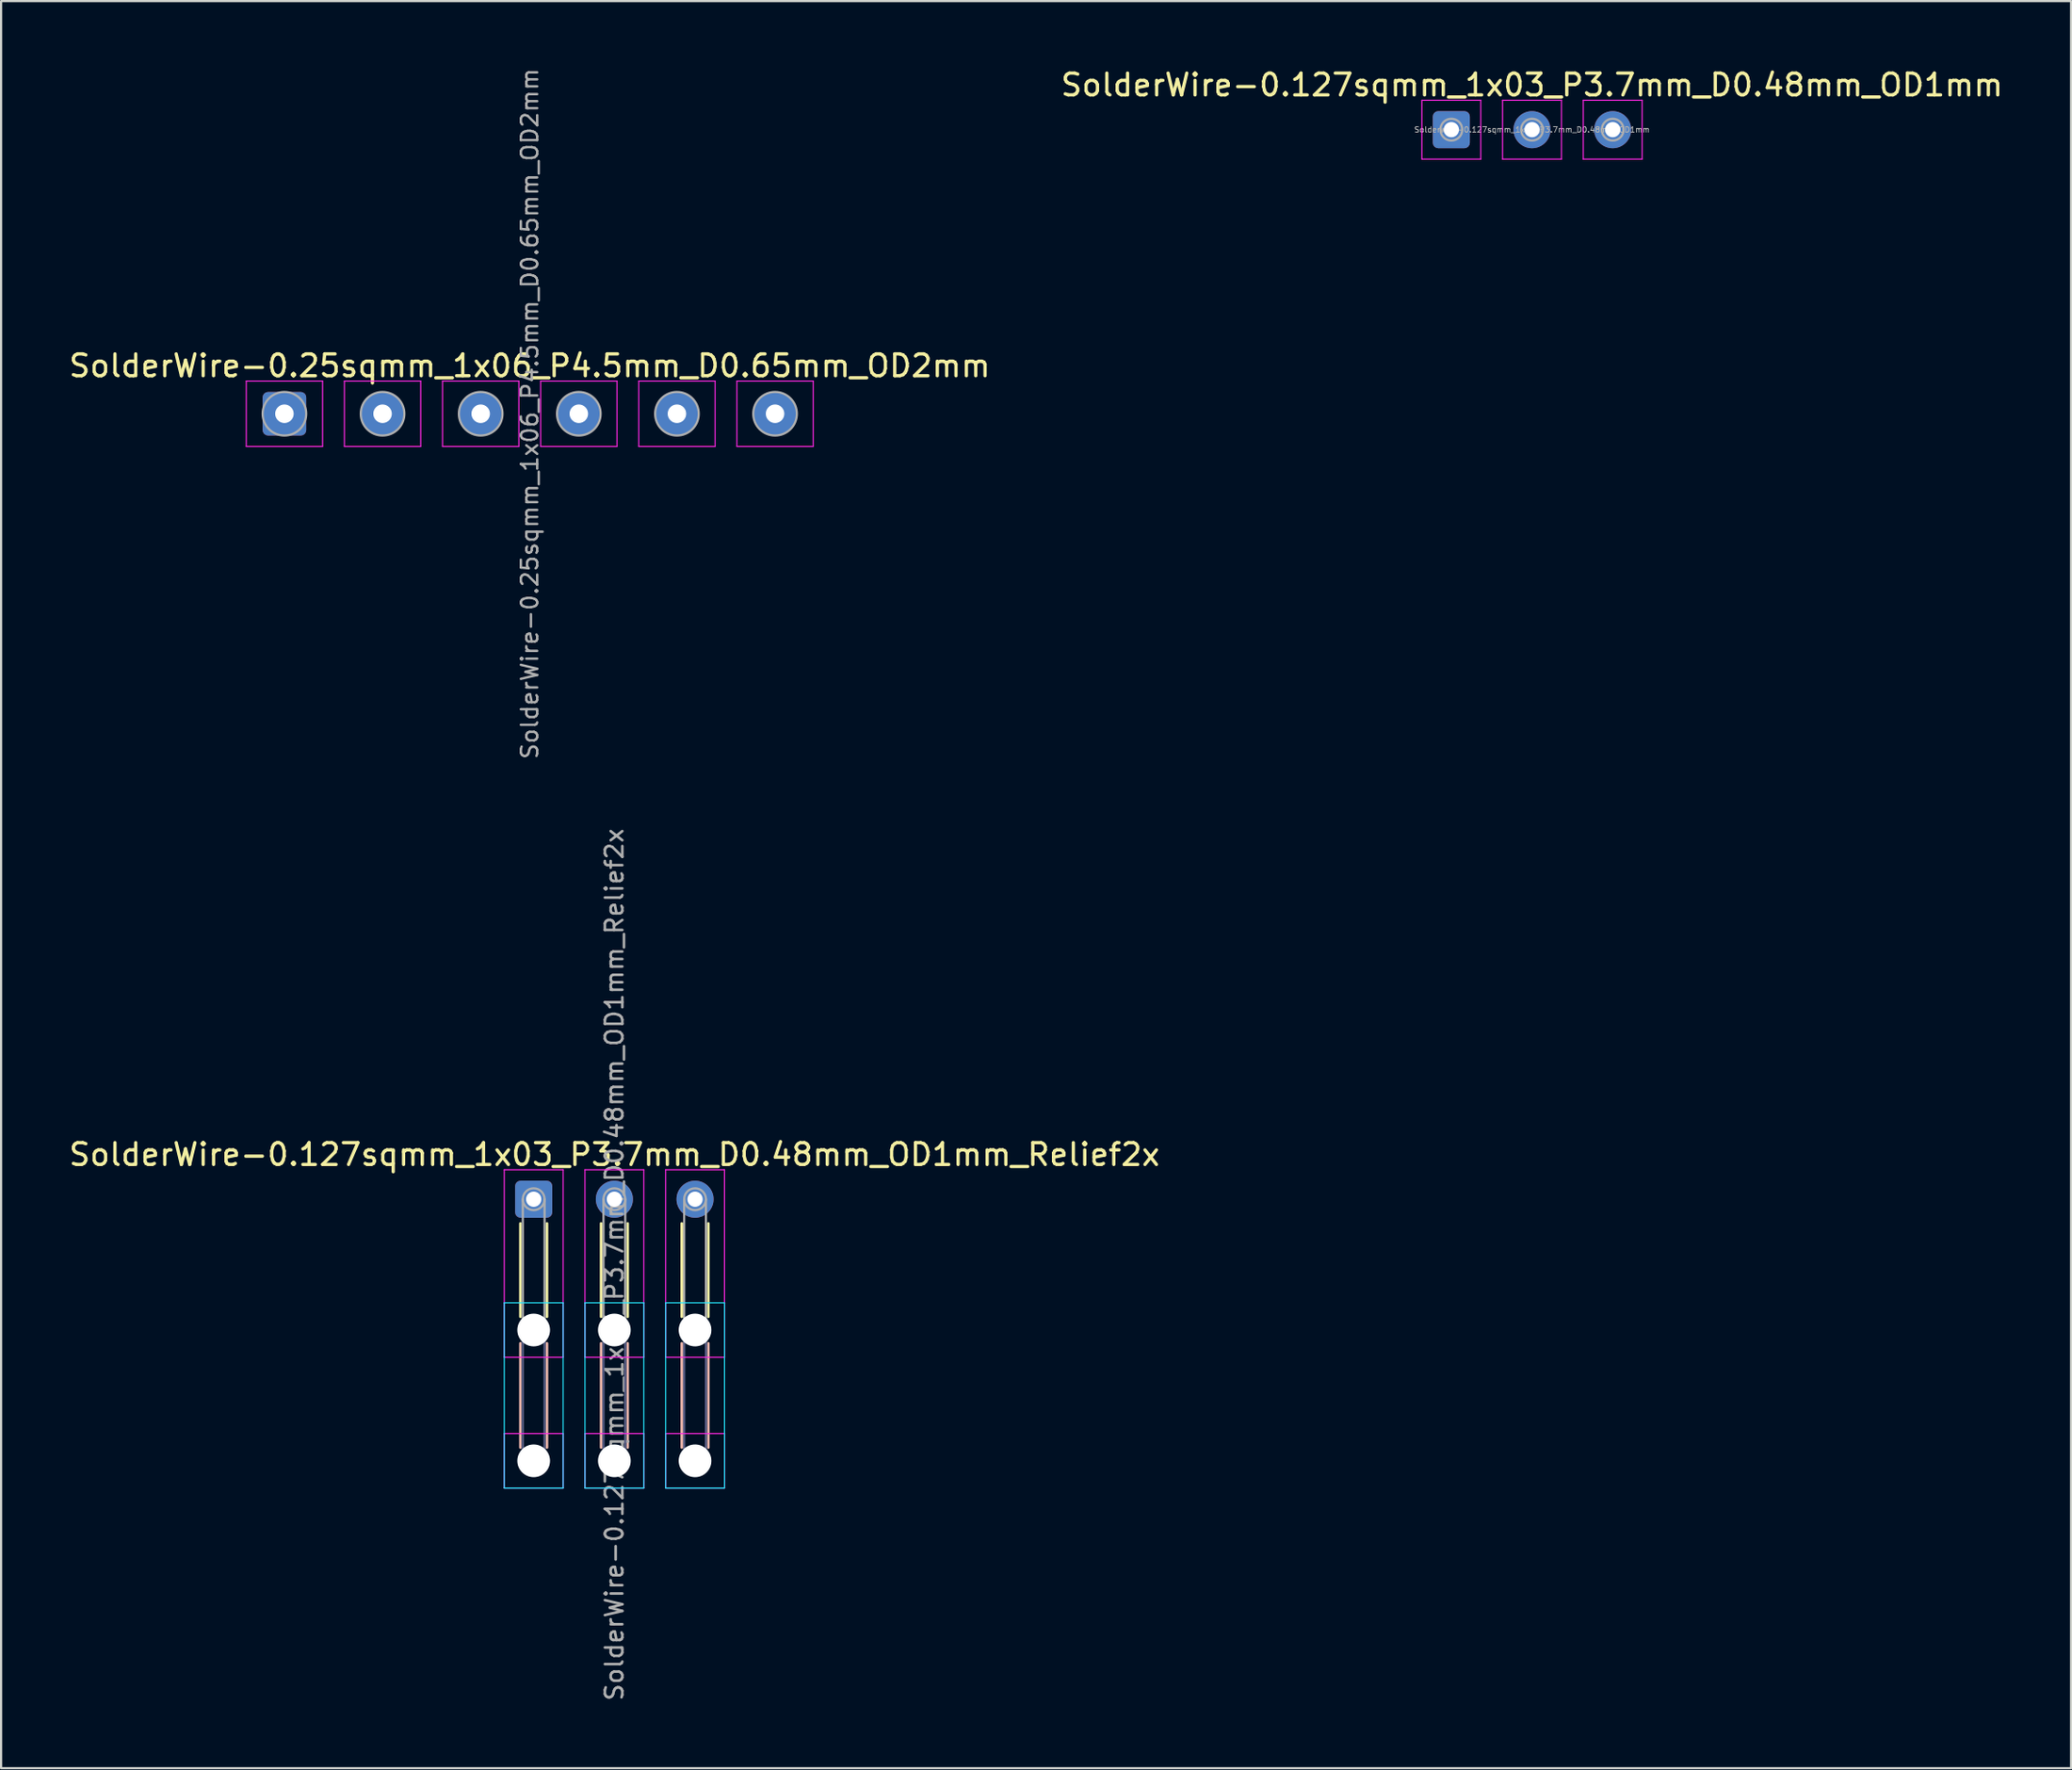
<source format=kicad_pcb>
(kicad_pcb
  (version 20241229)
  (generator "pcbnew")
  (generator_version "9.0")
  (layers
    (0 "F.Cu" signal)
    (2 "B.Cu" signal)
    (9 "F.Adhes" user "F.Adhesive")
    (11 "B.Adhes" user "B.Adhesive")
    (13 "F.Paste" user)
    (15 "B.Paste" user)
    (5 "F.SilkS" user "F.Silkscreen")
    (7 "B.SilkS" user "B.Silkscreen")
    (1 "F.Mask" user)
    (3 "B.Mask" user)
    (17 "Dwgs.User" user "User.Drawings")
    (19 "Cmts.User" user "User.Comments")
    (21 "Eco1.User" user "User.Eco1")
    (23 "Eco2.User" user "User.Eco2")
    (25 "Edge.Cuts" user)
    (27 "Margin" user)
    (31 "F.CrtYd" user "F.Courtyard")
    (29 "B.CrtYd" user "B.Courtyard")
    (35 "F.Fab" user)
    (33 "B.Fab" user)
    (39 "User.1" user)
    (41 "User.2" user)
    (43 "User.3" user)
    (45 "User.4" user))
  (footprint "SolderWire-0.127sqmm_1x03_P3.7mm_D0.48mm_OD1mm"
    (layer "F.Cu")
    (at 63.508 2.898)
    (property "Reference" "SolderWire-0.127sqmm_1x03_P3.7mm_D0.48mm_OD1mm" (at 3.7 -2.05 0) (layer "F.SilkS") (effects (font (size 1 1) (thickness 0.15))))
    (attr exclude_from_pos_files exclude_from_bom)
    (fp_line (start -1.35 -1.35) (end -1.35 1.35) (stroke (width 0.05) (type solid)) (layer "F.CrtYd"))
    (fp_line (start -1.35 1.35) (end 1.35 1.35) (stroke (width 0.05) (type solid)) (layer "F.CrtYd"))
    (fp_line (start 1.35 -1.35) (end -1.35 -1.35) (stroke (width 0.05) (type solid)) (layer "F.CrtYd"))
    (fp_line (start 1.35 1.35) (end 1.35 -1.35) (stroke (width 0.05) (type solid)) (layer "F.CrtYd"))
    (fp_line (start 2.35 -1.35) (end 2.35 1.35) (stroke (width 0.05) (type solid)) (layer "F.CrtYd"))
    (fp_line (start 2.35 1.35) (end 5.05 1.35) (stroke (width 0.05) (type solid)) (layer "F.CrtYd"))
    (fp_line (start 5.05 -1.35) (end 2.35 -1.35) (stroke (width 0.05) (type solid)) (layer "F.CrtYd"))
    (fp_line (start 5.05 1.35) (end 5.05 -1.35) (stroke (width 0.05) (type solid)) (layer "F.CrtYd"))
    (fp_line (start 6.05 -1.35) (end 6.05 1.35) (stroke (width 0.05) (type solid)) (layer "F.CrtYd"))
    (fp_line (start 6.05 1.35) (end 8.75 1.35) (stroke (width 0.05) (type solid)) (layer "F.CrtYd"))
    (fp_line (start 8.75 -1.35) (end 6.05 -1.35) (stroke (width 0.05) (type solid)) (layer "F.CrtYd"))
    (fp_line (start 8.75 1.35) (end 8.75 -1.35) (stroke (width 0.05) (type solid)) (layer "F.CrtYd"))
    (fp_circle (center 0 0) (end 0.5 0) (stroke (width 0.1) (type solid)) (fill no) (layer "F.Fab"))
    (fp_circle (center 3.7 0) (end 4.2 0) (stroke (width 0.1) (type solid)) (fill no) (layer "F.Fab"))
    (fp_circle (center 7.4 0) (end 7.9 0) (stroke (width 0.1) (type solid)) (fill no) (layer "F.Fab"))
    (fp_text user "${REFERENCE}" (at 3.7 0 0) (layer "F.Fab") (effects (font (size 0.25 0.25) (thickness 0.04))))
    (pad "1" thru_hole roundrect (at 0 0) (size 1.7 1.7) (drill 0.7) (layers "*.Cu" "*.Mask") (roundrect_rratio 0.147))
    (pad "2" thru_hole circle (at 3.7 0) (size 1.7 1.7) (drill 0.7) (layers "*.Cu" "*.Mask"))
    (pad "3" thru_hole circle (at 7.4 0) (size 1.7 1.7) (drill 0.7) (layers "*.Cu" "*.Mask")))
  (footprint "SolderWire-0.127sqmm_1x03_P3.7mm_D0.48mm_OD1mm_Relief2x"
    (layer "F.Cu")
    (at 21.425 51.959)
    (property "Reference" "SolderWire-0.127sqmm_1x03_P3.7mm_D0.48mm_OD1mm_Relief2x" (at 3.7 -2.05 0) (layer "F.SilkS") (effects (font (size 1 1) (thickness 0.15))))
    (attr exclude_from_pos_files exclude_from_bom)
    (fp_line (start -0.61 1.11) (end -0.61 5.39) (stroke (width 0.12) (type solid)) (layer "F.SilkS"))
    (fp_line (start 0.61 1.11) (end 0.61 5.39) (stroke (width 0.12) (type solid)) (layer "F.SilkS"))
    (fp_line (start 3.09 1.11) (end 3.09 5.39) (stroke (width 0.12) (type solid)) (layer "F.SilkS"))
    (fp_line (start 4.31 1.11) (end 4.31 5.39) (stroke (width 0.12) (type solid)) (layer "F.SilkS"))
    (fp_line (start 6.79 1.11) (end 6.79 5.39) (stroke (width 0.12) (type solid)) (layer "F.SilkS"))
    (fp_line (start 8.01 1.11) (end 8.01 5.39) (stroke (width 0.12) (type solid)) (layer "F.SilkS"))
    (fp_line (start -0.61 6.61) (end -0.61 11.39) (stroke (width 0.12) (type solid)) (layer "B.SilkS"))
    (fp_line (start 0.61 6.61) (end 0.61 11.39) (stroke (width 0.12) (type solid)) (layer "B.SilkS"))
    (fp_line (start 3.09 6.61) (end 3.09 11.39) (stroke (width 0.12) (type solid)) (layer "B.SilkS"))
    (fp_line (start 4.31 6.61) (end 4.31 11.39) (stroke (width 0.12) (type solid)) (layer "B.SilkS"))
    (fp_line (start 6.79 6.61) (end 6.79 11.39) (stroke (width 0.12) (type solid)) (layer "B.SilkS"))
    (fp_line (start 8.01 6.61) (end 8.01 11.39) (stroke (width 0.12) (type solid)) (layer "B.SilkS"))
    (fp_line (start -1.35 4.75) (end -1.35 13.25) (stroke (width 0.05) (type solid)) (layer "B.CrtYd"))
    (fp_line (start -1.35 13.25) (end 1.35 13.25) (stroke (width 0.05) (type solid)) (layer "B.CrtYd"))
    (fp_line (start 1.35 4.75) (end -1.35 4.75) (stroke (width 0.05) (type solid)) (layer "B.CrtYd"))
    (fp_line (start 1.35 13.25) (end 1.35 4.75) (stroke (width 0.05) (type solid)) (layer "B.CrtYd"))
    (fp_line (start 2.35 4.75) (end 2.35 13.25) (stroke (width 0.05) (type solid)) (layer "B.CrtYd"))
    (fp_line (start 2.35 13.25) (end 5.05 13.25) (stroke (width 0.05) (type solid)) (layer "B.CrtYd"))
    (fp_line (start 5.05 4.75) (end 2.35 4.75) (stroke (width 0.05) (type solid)) (layer "B.CrtYd"))
    (fp_line (start 5.05 13.25) (end 5.05 4.75) (stroke (width 0.05) (type solid)) (layer "B.CrtYd"))
    (fp_line (start 6.05 4.75) (end 6.05 13.25) (stroke (width 0.05) (type solid)) (layer "B.CrtYd"))
    (fp_line (start 6.05 13.25) (end 8.75 13.25) (stroke (width 0.05) (type solid)) (layer "B.CrtYd"))
    (fp_line (start 8.75 4.75) (end 6.05 4.75) (stroke (width 0.05) (type solid)) (layer "B.CrtYd"))
    (fp_line (start 8.75 13.25) (end 8.75 4.75) (stroke (width 0.05) (type solid)) (layer "B.CrtYd"))
    (fp_line (start -1.35 -1.35) (end -1.35 7.25) (stroke (width 0.05) (type solid)) (layer "F.CrtYd"))
    (fp_line (start -1.35 7.25) (end 1.35 7.25) (stroke (width 0.05) (type solid)) (layer "F.CrtYd"))
    (fp_line (start -1.35 10.75) (end -1.35 13.25) (stroke (width 0.05) (type solid)) (layer "F.CrtYd"))
    (fp_line (start -1.35 13.25) (end 1.35 13.25) (stroke (width 0.05) (type solid)) (layer "F.CrtYd"))
    (fp_line (start 1.35 -1.35) (end -1.35 -1.35) (stroke (width 0.05) (type solid)) (layer "F.CrtYd"))
    (fp_line (start 1.35 7.25) (end 1.35 -1.35) (stroke (width 0.05) (type solid)) (layer "F.CrtYd"))
    (fp_line (start 1.35 10.75) (end -1.35 10.75) (stroke (width 0.05) (type solid)) (layer "F.CrtYd"))
    (fp_line (start 1.35 13.25) (end 1.35 10.75) (stroke (width 0.05) (type solid)) (layer "F.CrtYd"))
    (fp_line (start 2.35 -1.35) (end 2.35 7.25) (stroke (width 0.05) (type solid)) (layer "F.CrtYd"))
    (fp_line (start 2.35 7.25) (end 5.05 7.25) (stroke (width 0.05) (type solid)) (layer "F.CrtYd"))
    (fp_line (start 2.35 10.75) (end 2.35 13.25) (stroke (width 0.05) (type solid)) (layer "F.CrtYd"))
    (fp_line (start 2.35 13.25) (end 5.05 13.25) (stroke (width 0.05) (type solid)) (layer "F.CrtYd"))
    (fp_line (start 5.05 -1.35) (end 2.35 -1.35) (stroke (width 0.05) (type solid)) (layer "F.CrtYd"))
    (fp_line (start 5.05 7.25) (end 5.05 -1.35) (stroke (width 0.05) (type solid)) (layer "F.CrtYd"))
    (fp_line (start 5.05 10.75) (end 2.35 10.75) (stroke (width 0.05) (type solid)) (layer "F.CrtYd"))
    (fp_line (start 5.05 13.25) (end 5.05 10.75) (stroke (width 0.05) (type solid)) (layer "F.CrtYd"))
    (fp_line (start 6.05 -1.35) (end 6.05 7.25) (stroke (width 0.05) (type solid)) (layer "F.CrtYd"))
    (fp_line (start 6.05 7.25) (end 8.75 7.25) (stroke (width 0.05) (type solid)) (layer "F.CrtYd"))
    (fp_line (start 6.05 10.75) (end 6.05 13.25) (stroke (width 0.05) (type solid)) (layer "F.CrtYd"))
    (fp_line (start 6.05 13.25) (end 8.75 13.25) (stroke (width 0.05) (type solid)) (layer "F.CrtYd"))
    (fp_line (start 8.75 -1.35) (end 6.05 -1.35) (stroke (width 0.05) (type solid)) (layer "F.CrtYd"))
    (fp_line (start 8.75 7.25) (end 8.75 -1.35) (stroke (width 0.05) (type solid)) (layer "F.CrtYd"))
    (fp_line (start 8.75 10.75) (end 6.05 10.75) (stroke (width 0.05) (type solid)) (layer "F.CrtYd"))
    (fp_line (start 8.75 13.25) (end 8.75 10.75) (stroke (width 0.05) (type solid)) (layer "F.CrtYd"))
    (fp_line (start -0.5 6) (end -0.5 12) (stroke (width 0.1) (type solid)) (layer "B.Fab"))
    (fp_line (start 0.5 6) (end 0.5 12) (stroke (width 0.1) (type solid)) (layer "B.Fab"))
    (fp_line (start 3.2 6) (end 3.2 12) (stroke (width 0.1) (type solid)) (layer "B.Fab"))
    (fp_line (start 4.2 6) (end 4.2 12) (stroke (width 0.1) (type solid)) (layer "B.Fab"))
    (fp_line (start 6.9 6) (end 6.9 12) (stroke (width 0.1) (type solid)) (layer "B.Fab"))
    (fp_line (start 7.9 6) (end 7.9 12) (stroke (width 0.1) (type solid)) (layer "B.Fab"))
    (fp_circle (center 0 6) (end 0.5 6) (stroke (width 0.1) (type solid)) (fill no) (layer "B.Fab"))
    (fp_circle (center 0 12) (end 0.5 12) (stroke (width 0.1) (type solid)) (fill no) (layer "B.Fab"))
    (fp_circle (center 3.7 6) (end 4.2 6) (stroke (width 0.1) (type solid)) (fill no) (layer "B.Fab"))
    (fp_circle (center 3.7 12) (end 4.2 12) (stroke (width 0.1) (type solid)) (fill no) (layer "B.Fab"))
    (fp_circle (center 7.4 6) (end 7.9 6) (stroke (width 0.1) (type solid)) (fill no) (layer "B.Fab"))
    (fp_circle (center 7.4 12) (end 7.9 12) (stroke (width 0.1) (type solid)) (fill no) (layer "B.Fab"))
    (fp_line (start -0.5 0) (end -0.5 6) (stroke (width 0.1) (type solid)) (layer "F.Fab"))
    (fp_line (start 0.5 0) (end 0.5 6) (stroke (width 0.1) (type solid)) (layer "F.Fab"))
    (fp_line (start 3.2 0) (end 3.2 6) (stroke (width 0.1) (type solid)) (layer "F.Fab"))
    (fp_line (start 4.2 0) (end 4.2 6) (stroke (width 0.1) (type solid)) (layer "F.Fab"))
    (fp_line (start 6.9 0) (end 6.9 6) (stroke (width 0.1) (type solid)) (layer "F.Fab"))
    (fp_line (start 7.9 0) (end 7.9 6) (stroke (width 0.1) (type solid)) (layer "F.Fab"))
    (fp_circle (center 0 0) (end 0.5 0) (stroke (width 0.1) (type solid)) (fill no) (layer "F.Fab"))
    (fp_circle (center 0 6) (end 0.5 6) (stroke (width 0.1) (type solid)) (fill no) (layer "F.Fab"))
    (fp_circle (center 0 12) (end 0.5 12) (stroke (width 0.1) (type solid)) (fill no) (layer "F.Fab"))
    (fp_circle (center 3.7 0) (end 4.2 0) (stroke (width 0.1) (type solid)) (fill no) (layer "F.Fab"))
    (fp_circle (center 3.7 6) (end 4.2 6) (stroke (width 0.1) (type solid)) (fill no) (layer "F.Fab"))
    (fp_circle (center 3.7 12) (end 4.2 12) (stroke (width 0.1) (type solid)) (fill no) (layer "F.Fab"))
    (fp_circle (center 7.4 0) (end 7.9 0) (stroke (width 0.1) (type solid)) (fill no) (layer "F.Fab"))
    (fp_circle (center 7.4 6) (end 7.9 6) (stroke (width 0.1) (type solid)) (fill no) (layer "F.Fab"))
    (fp_circle (center 7.4 12) (end 7.9 12) (stroke (width 0.1) (type solid)) (fill no) (layer "F.Fab"))
    (fp_text user "${REFERENCE}" (at 3.7 3 90) (layer "F.Fab") (effects (font (size 0.8 0.8) (thickness 0.12))))
    (pad "" np_thru_hole circle (at 0 6) (size 1.5 1.5) (drill 1.5) (layers "*.Cu" "*.Mask"))
    (pad "" np_thru_hole circle (at 0 12) (size 1.5 1.5) (drill 1.5) (layers "*.Cu" "*.Mask"))
    (pad "" np_thru_hole circle (at 3.7 6) (size 1.5 1.5) (drill 1.5) (layers "*.Cu" "*.Mask"))
    (pad "" np_thru_hole circle (at 3.7 12) (size 1.5 1.5) (drill 1.5) (layers "*.Cu" "*.Mask"))
    (pad "" np_thru_hole circle (at 7.4 6) (size 1.5 1.5) (drill 1.5) (layers "*.Cu" "*.Mask"))
    (pad "" np_thru_hole circle (at 7.4 12) (size 1.5 1.5) (drill 1.5) (layers "*.Cu" "*.Mask"))
    (pad "1" thru_hole roundrect (at 0 0) (size 1.7 1.7) (drill 0.7) (layers "*.Cu" "*.Mask") (roundrect_rratio 0.147))
    (pad "2" thru_hole circle (at 3.7 0) (size 1.7 1.7) (drill 0.7) (layers "*.Cu" "*.Mask"))
    (pad "3" thru_hole circle (at 7.4 0) (size 1.7 1.7) (drill 0.7) (layers "*.Cu" "*.Mask")))
  (footprint "SolderWire-0.25sqmm_1x06_P4.5mm_D0.65mm_OD2mm"
    (layer "F.Cu")
    (at 9.994 15.929)
    (property "Reference" "SolderWire-0.25sqmm_1x06_P4.5mm_D0.65mm_OD2mm" (at 11.25 -2.2 0) (layer "F.SilkS") (effects (font (size 1 1) (thickness 0.15))))
    (attr exclude_from_pos_files exclude_from_bom)
    (fp_line (start -1.75 -1.5) (end -1.75 1.5) (stroke (width 0.05) (type solid)) (layer "F.CrtYd"))
    (fp_line (start -1.75 1.5) (end 1.75 1.5) (stroke (width 0.05) (type solid)) (layer "F.CrtYd"))
    (fp_line (start 1.75 -1.5) (end -1.75 -1.5) (stroke (width 0.05) (type solid)) (layer "F.CrtYd"))
    (fp_line (start 1.75 1.5) (end 1.75 -1.5) (stroke (width 0.05) (type solid)) (layer "F.CrtYd"))
    (fp_line (start 2.75 -1.5) (end 2.75 1.5) (stroke (width 0.05) (type solid)) (layer "F.CrtYd"))
    (fp_line (start 2.75 1.5) (end 6.25 1.5) (stroke (width 0.05) (type solid)) (layer "F.CrtYd"))
    (fp_line (start 6.25 -1.5) (end 2.75 -1.5) (stroke (width 0.05) (type solid)) (layer "F.CrtYd"))
    (fp_line (start 6.25 1.5) (end 6.25 -1.5) (stroke (width 0.05) (type solid)) (layer "F.CrtYd"))
    (fp_line (start 7.25 -1.5) (end 7.25 1.5) (stroke (width 0.05) (type solid)) (layer "F.CrtYd"))
    (fp_line (start 7.25 1.5) (end 10.75 1.5) (stroke (width 0.05) (type solid)) (layer "F.CrtYd"))
    (fp_line (start 10.75 -1.5) (end 7.25 -1.5) (stroke (width 0.05) (type solid)) (layer "F.CrtYd"))
    (fp_line (start 10.75 1.5) (end 10.75 -1.5) (stroke (width 0.05) (type solid)) (layer "F.CrtYd"))
    (fp_line (start 11.75 -1.5) (end 11.75 1.5) (stroke (width 0.05) (type solid)) (layer "F.CrtYd"))
    (fp_line (start 11.75 1.5) (end 15.25 1.5) (stroke (width 0.05) (type solid)) (layer "F.CrtYd"))
    (fp_line (start 15.25 -1.5) (end 11.75 -1.5) (stroke (width 0.05) (type solid)) (layer "F.CrtYd"))
    (fp_line (start 15.25 1.5) (end 15.25 -1.5) (stroke (width 0.05) (type solid)) (layer "F.CrtYd"))
    (fp_line (start 16.25 -1.5) (end 16.25 1.5) (stroke (width 0.05) (type solid)) (layer "F.CrtYd"))
    (fp_line (start 16.25 1.5) (end 19.75 1.5) (stroke (width 0.05) (type solid)) (layer "F.CrtYd"))
    (fp_line (start 19.75 -1.5) (end 16.25 -1.5) (stroke (width 0.05) (type solid)) (layer "F.CrtYd"))
    (fp_line (start 19.75 1.5) (end 19.75 -1.5) (stroke (width 0.05) (type solid)) (layer "F.CrtYd"))
    (fp_line (start 20.75 -1.5) (end 20.75 1.5) (stroke (width 0.05) (type solid)) (layer "F.CrtYd"))
    (fp_line (start 20.75 1.5) (end 24.25 1.5) (stroke (width 0.05) (type solid)) (layer "F.CrtYd"))
    (fp_line (start 24.25 -1.5) (end 20.75 -1.5) (stroke (width 0.05) (type solid)) (layer "F.CrtYd"))
    (fp_line (start 24.25 1.5) (end 24.25 -1.5) (stroke (width 0.05) (type solid)) (layer "F.CrtYd"))
    (fp_circle (center 0 0) (end 1 0) (stroke (width 0.1) (type solid)) (fill no) (layer "F.Fab"))
    (fp_circle (center 4.5 0) (end 5.5 0) (stroke (width 0.1) (type solid)) (fill no) (layer "F.Fab"))
    (fp_circle (center 9 0) (end 10 0) (stroke (width 0.1) (type solid)) (fill no) (layer "F.Fab"))
    (fp_circle (center 13.5 0) (end 14.5 0) (stroke (width 0.1) (type solid)) (fill no) (layer "F.Fab"))
    (fp_circle (center 18 0) (end 19 0) (stroke (width 0.1) (type solid)) (fill no) (layer "F.Fab"))
    (fp_circle (center 22.5 0) (end 23.5 0) (stroke (width 0.1) (type solid)) (fill no) (layer "F.Fab"))
    (fp_text user "${REFERENCE}" (at 11.25 0 90) (layer "F.Fab") (effects (font (size 0.75 0.75) (thickness 0.11))))
    (pad "1" thru_hole roundrect (at 0 0) (size 2 2) (drill 0.85) (layers "*.Cu" "*.Mask") (roundrect_rratio 0.125))
    (pad "2" thru_hole circle (at 4.5 0) (size 2 2) (drill 0.85) (layers "*.Cu" "*.Mask"))
    (pad "3" thru_hole circle (at 9 0) (size 2 2) (drill 0.85) (layers "*.Cu" "*.Mask"))
    (pad "4" thru_hole circle (at 13.5 0) (size 2 2) (drill 0.85) (layers "*.Cu" "*.Mask"))
    (pad "5" thru_hole circle (at 18 0) (size 2 2) (drill 0.85) (layers "*.Cu" "*.Mask"))
    (pad "6" thru_hole circle (at 22.5 0) (size 2 2) (drill 0.85) (layers "*.Cu" "*.Mask")))
  (gr_rect
    (start -3 -3)
    (end 91.929 78.059)
    (stroke (width 0.1) (type default))
    (fill no)
    (layer "Edge.Cuts")))
</source>
